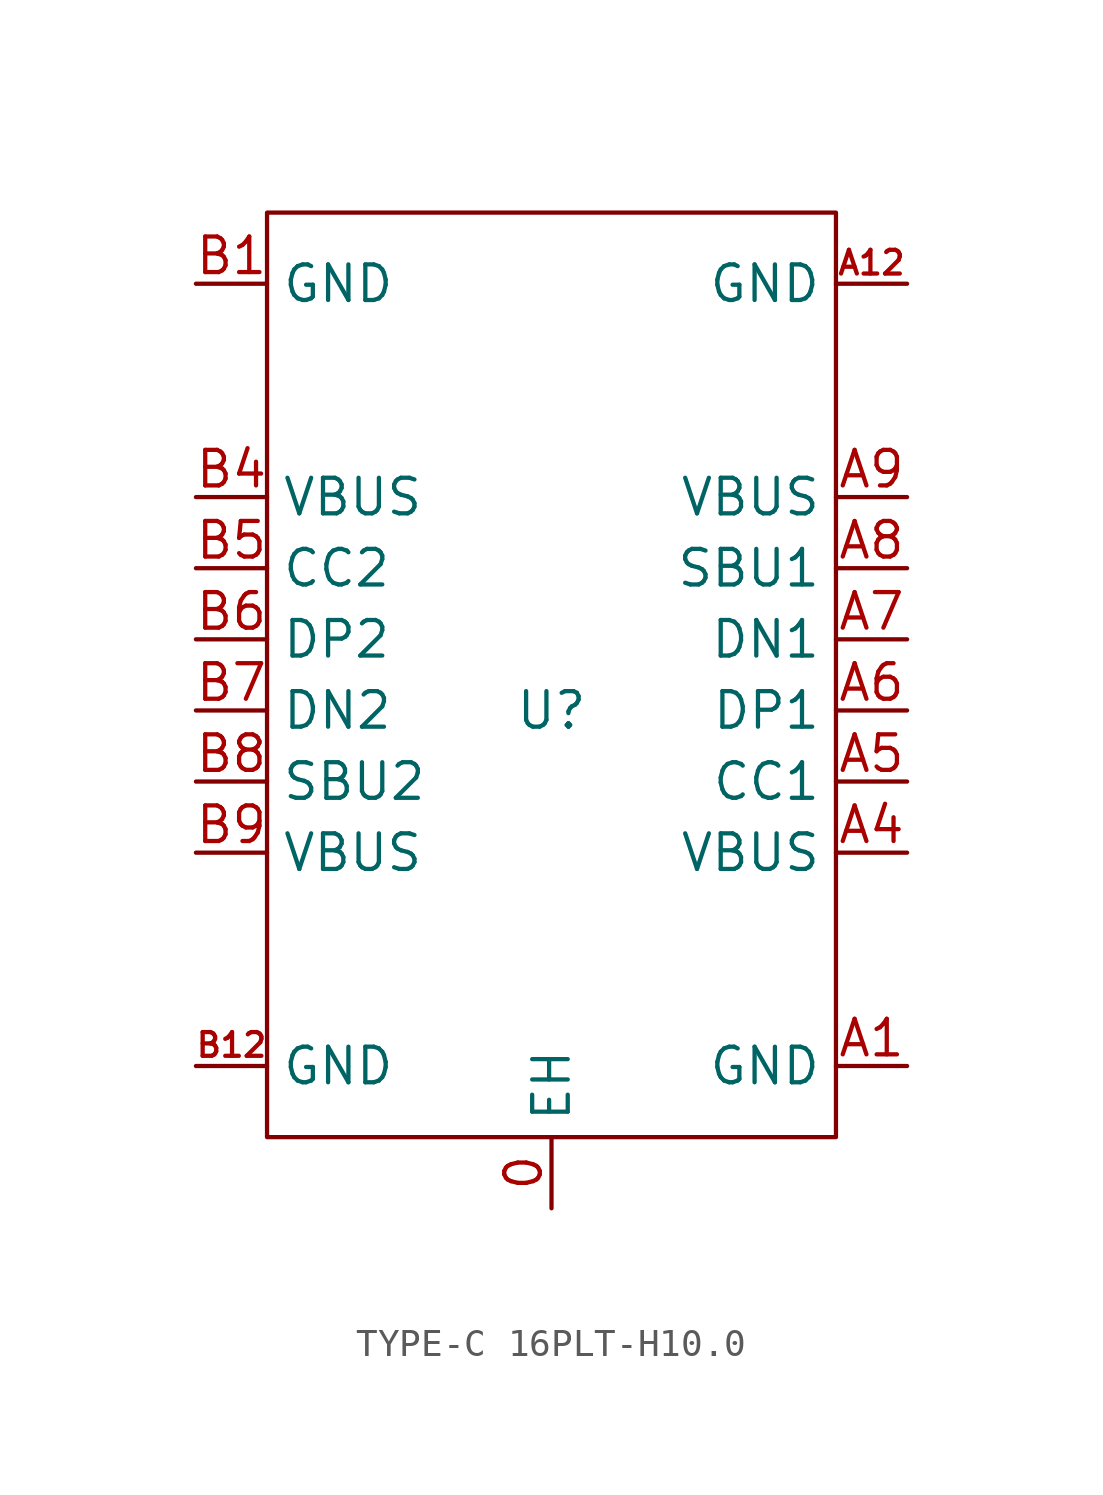
<source format=kicad_sym>
(kicad_symbol_lib
  (version 20241209)
  (generator "kicad_symbol_editor")
  (generator_version "9.0")
  (symbol "TYPE-C 16PLT-H10.0"
    (property "Reference" "U"
      (at 0 0 0)
      (effects (font (size 1.27 1.27))))
    (property "Value" ""
      (at 0 0 0)
      (effects (font (size 1.27 1.27))))
    (symbol "TYPE-C 16PLT-H10.0_1_0"
      (rectangle (start -10.16 17.78) (end 10.16 -15.24) (stroke (width 0) (type default)) (fill (type none)))
      (pin unspecified line (at -12.7 15.24 0) (length 2.54) (name "GND" (effects (font (size 1.27 1.27)))) (number "B1" (effects (font (size 1.27 1.27)))))
      (pin unspecified line (at -12.7 7.62 0) (length 2.54) (name "VBUS" (effects (font (size 1.27 1.27)))) (number "B4" (effects (font (size 1.27 1.27)))))
      (pin unspecified line (at -12.7 5.08 0) (length 2.54) (name "CC2" (effects (font (size 1.27 1.27)))) (number "B5" (effects (font (size 1.27 1.27)))))
      (pin unspecified line (at -12.7 2.54 0) (length 2.54) (name "DP2" (effects (font (size 1.27 1.27)))) (number "B6" (effects (font (size 1.27 1.27)))))
      (pin unspecified line (at -12.7 0 0) (length 2.54) (name "DN2" (effects (font (size 1.27 1.27)))) (number "B7" (effects (font (size 1.27 1.27)))))
      (pin unspecified line (at -12.7 -2.54 0) (length 2.54) (name "SBU2" (effects (font (size 1.27 1.27)))) (number "B8" (effects (font (size 1.27 1.27)))))
      (pin unspecified line (at -12.7 -5.08 0) (length 2.54) (name "VBUS" (effects (font (size 1.27 1.27)))) (number "B9" (effects (font (size 1.27 1.27)))))
      (pin unspecified line (at -12.7 -12.7 0) (length 2.54) (name "GND" (effects (font (size 1.27 1.27)))) (number "B12" (effects (font (size 0.847 0.847)))))
      (pin unspecified line (at 0 -17.78 90) (length 2.54) (name "EH" (effects (font (size 1.27 1.27)))) (number "0" (effects (font (size 1.27 1.27)))))
      (pin unspecified line (at 12.7 15.24 180) (length 2.54) (name "GND" (effects (font (size 1.27 1.27)))) (number "A12" (effects (font (size 0.847 0.847)))))
      (pin unspecified line (at 12.7 7.62 180) (length 2.54) (name "VBUS" (effects (font (size 1.27 1.27)))) (number "A9" (effects (font (size 1.27 1.27)))))
      (pin unspecified line (at 12.7 5.08 180) (length 2.54) (name "SBU1" (effects (font (size 1.27 1.27)))) (number "A8" (effects (font (size 1.27 1.27)))))
      (pin unspecified line (at 12.7 2.54 180) (length 2.54) (name "DN1" (effects (font (size 1.27 1.27)))) (number "A7" (effects (font (size 1.27 1.27)))))
      (pin unspecified line (at 12.7 0 180) (length 2.54) (name "DP1" (effects (font (size 1.27 1.27)))) (number "A6" (effects (font (size 1.27 1.27)))))
      (pin unspecified line (at 12.7 -2.54 180) (length 2.54) (name "CC1" (effects (font (size 1.27 1.27)))) (number "A5" (effects (font (size 1.27 1.27)))))
      (pin unspecified line (at 12.7 -5.08 180) (length 2.54) (name "VBUS" (effects (font (size 1.27 1.27)))) (number "A4" (effects (font (size 1.27 1.27)))))
      (pin unspecified line (at 12.7 -12.7 180) (length 2.54) (name "GND" (effects (font (size 1.27 1.27)))) (number "A1" (effects (font (size 1.27 1.27))))))))
</source>
